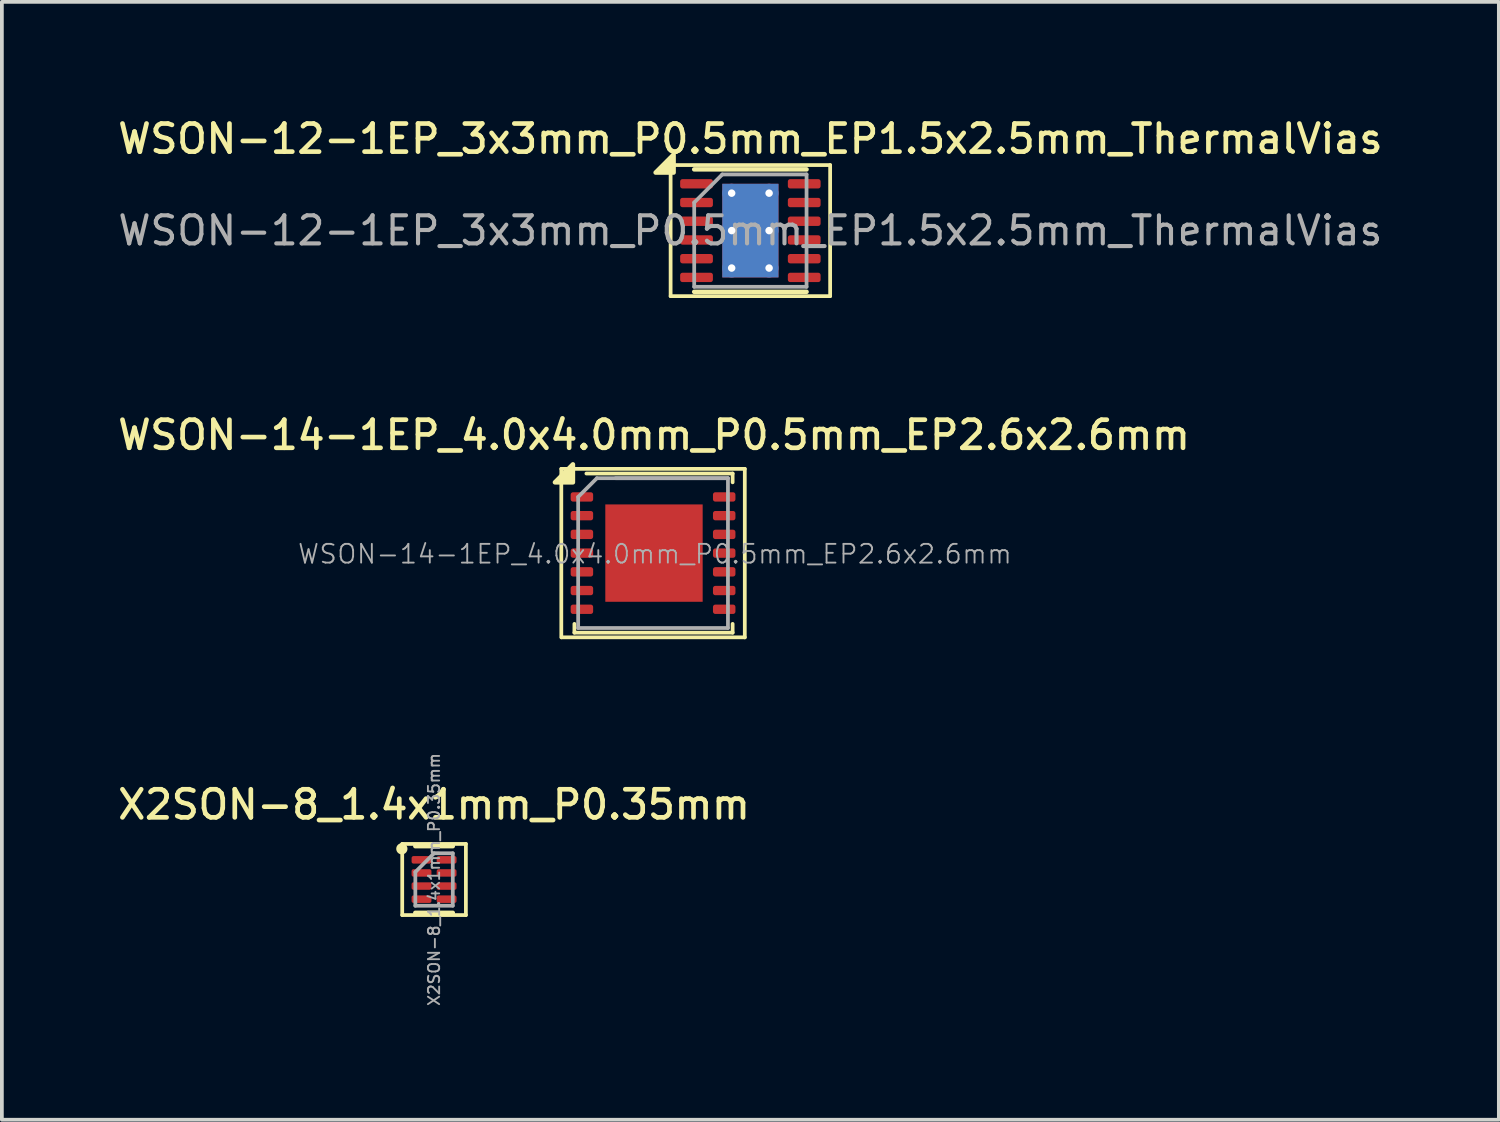
<source format=kicad_pcb>
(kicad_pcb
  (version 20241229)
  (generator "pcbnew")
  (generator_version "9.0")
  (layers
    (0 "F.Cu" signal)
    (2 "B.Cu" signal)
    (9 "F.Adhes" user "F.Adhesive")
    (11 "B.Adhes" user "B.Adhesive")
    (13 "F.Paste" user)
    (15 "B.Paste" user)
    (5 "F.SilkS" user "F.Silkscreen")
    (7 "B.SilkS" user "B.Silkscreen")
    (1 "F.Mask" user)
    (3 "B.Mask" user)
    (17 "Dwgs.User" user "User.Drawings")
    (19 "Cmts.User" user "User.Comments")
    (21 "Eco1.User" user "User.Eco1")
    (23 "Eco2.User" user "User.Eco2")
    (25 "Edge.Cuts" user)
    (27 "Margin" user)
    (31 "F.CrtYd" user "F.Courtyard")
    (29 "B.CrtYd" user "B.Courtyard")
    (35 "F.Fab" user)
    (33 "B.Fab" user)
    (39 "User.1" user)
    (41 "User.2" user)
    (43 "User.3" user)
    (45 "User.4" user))
  (footprint "WSON-14-1EP_4.0x4.0mm_P0.5mm_EP2.6x2.6mm"
    (layer "F.Cu")
    (at 14.389 11.72)
    (property "Reference" "WSON-14-1EP_4.0x4.0mm_P0.5mm_EP2.6x2.6mm" (at 0.027 -3.153 0) (layer "F.SilkS") (effects (font (size 0.75 0.75) (thickness 0.125))))
    (attr smd)
    (fp_line (start -2.45 -2.25) (end 2.45 -2.25) (stroke (width 0.1) (type solid)) (layer "F.SilkS"))
    (fp_line (start -2.45 2.25) (end -2.45 -2.25) (stroke (width 0.1) (type solid)) (layer "F.SilkS"))
    (fp_line (start -2.1 1.89) (end -2.1 2.125) (stroke (width 0.1) (type solid)) (layer "F.SilkS"))
    (fp_line (start 2.125 -2.125) (end -1.78 -2.125) (stroke (width 0.1) (type solid)) (layer "F.SilkS"))
    (fp_line (start 2.125 -2.125) (end 2.125 -1.89) (stroke (width 0.1) (type solid)) (layer "F.SilkS"))
    (fp_line (start 2.125 1.89) (end 2.125 2.125) (stroke (width 0.1) (type solid)) (layer "F.SilkS"))
    (fp_line (start 2.125 2.125) (end -2.1 2.125) (stroke (width 0.1) (type solid)) (layer "F.SilkS"))
    (fp_line (start 2.45 -2.25) (end 2.45 2.25) (stroke (width 0.1) (type solid)) (layer "F.SilkS"))
    (fp_line (start 2.45 2.25) (end -2.44 2.25) (stroke (width 0.1) (type solid)) (layer "F.SilkS"))
    (fp_poly (pts (xy -2.14 -1.89) (xy -2.62 -1.89) (xy -2.14 -2.37) (xy -2.14 -1.89)) (stroke (width 0.12) (type solid)) (fill yes) (layer "F.SilkS"))
    (fp_line (start -2 -1.5) (end -2 2) (stroke (width 0.1) (type solid)) (layer "F.Fab"))
    (fp_line (start -2 -1.5) (end -1.5 -2) (stroke (width 0.1) (type solid)) (layer "F.Fab"))
    (fp_line (start -2 2) (end 2 2) (stroke (width 0.1) (type solid)) (layer "F.Fab"))
    (fp_line (start -1 -2) (end 2 -2) (stroke (width 0.1) (type solid)) (layer "F.Fab"))
    (fp_line (start 2 -2) (end -1.5 -2) (stroke (width 0.1) (type solid)) (layer "F.Fab"))
    (fp_line (start 2 2) (end 2 -2) (stroke (width 0.1) (type solid)) (layer "F.Fab"))
    (fp_text user "${REFERENCE}" (at 0.05 0.025 0) (layer "F.Fab") (effects (font (size 0.5 0.5) (thickness 0.05))))
    (pad "" smd rect (at -0.65 -0.65 270) (size 1.05 1.05) (layers "F.Paste"))
    (pad "" smd rect (at -0.65 0.65 270) (size 1.05 1.05) (layers "F.Paste"))
    (pad "" smd rect (at 0.65 -0.65 270) (size 1.05 1.05) (layers "F.Paste"))
    (pad "" smd rect (at 0.65 0.65 270) (size 1.05 1.05) (layers "F.Paste"))
    (pad "1" smd roundrect (at -1.9 -1.5 270) (size 0.25 0.6) (layers "F.Cu" "F.Mask" "F.Paste") (roundrect_rratio 0.25))
    (pad "2" smd roundrect (at -1.9 -1 270) (size 0.25 0.6) (layers "F.Cu" "F.Mask" "F.Paste") (roundrect_rratio 0.25))
    (pad "3" smd roundrect (at -1.9 -0.5 270) (size 0.25 0.6) (layers "F.Cu" "F.Mask" "F.Paste") (roundrect_rratio 0.25))
    (pad "4" smd roundrect (at -1.9 0 270) (size 0.25 0.6) (layers "F.Cu" "F.Mask" "F.Paste") (roundrect_rratio 0.25))
    (pad "5" smd roundrect (at -1.9 0.5 270) (size 0.25 0.6) (layers "F.Cu" "F.Mask" "F.Paste") (roundrect_rratio 0.25))
    (pad "6" smd roundrect (at -1.9 1 270) (size 0.25 0.6) (layers "F.Cu" "F.Mask" "F.Paste") (roundrect_rratio 0.25))
    (pad "7" smd roundrect (at -1.9 1.5 270) (size 0.25 0.6) (layers "F.Cu" "F.Mask" "F.Paste") (roundrect_rratio 0.25))
    (pad "8" smd roundrect (at 1.9 1.5 270) (size 0.25 0.6) (layers "F.Cu" "F.Mask" "F.Paste") (roundrect_rratio 0.25))
    (pad "9" smd roundrect (at 1.9 1 270) (size 0.25 0.6) (layers "F.Cu" "F.Mask" "F.Paste") (roundrect_rratio 0.25))
    (pad "10" smd roundrect (at 1.9 0.5 270) (size 0.25 0.6) (layers "F.Cu" "F.Mask" "F.Paste") (roundrect_rratio 0.25))
    (pad "11" smd roundrect (at 1.9 0 270) (size 0.25 0.6) (layers "F.Cu" "F.Mask" "F.Paste") (roundrect_rratio 0.25))
    (pad "12" smd roundrect (at 1.9 -0.5 270) (size 0.25 0.6) (layers "F.Cu" "F.Mask" "F.Paste") (roundrect_rratio 0.25))
    (pad "13" smd roundrect (at 1.9 -1 270) (size 0.25 0.6) (layers "F.Cu" "F.Mask" "F.Paste") (roundrect_rratio 0.25))
    (pad "14" smd roundrect (at 1.9 -1.5 270) (size 0.25 0.6) (layers "F.Cu" "F.Mask" "F.Paste") (roundrect_rratio 0.25))
    (pad "15" smd rect (at 0.025 0 270) (size 2.6 2.6) (layers "F.Cu" "F.Mask")))
  (footprint "WSON-12-1EP_3x3mm_P0.5mm_EP1.5x2.5mm_ThermalVias"
    (layer "F.Cu")
    (at 16.988 3.108)
    (property "Reference" "WSON-12-1EP_3x3mm_P0.5mm_EP1.5x2.5mm_ThermalVias" (at 0 -2.45 0) (layer "F.SilkS") (effects (font (size 0.75 0.75) (thickness 0.125))))
    (attr smd)
    (fp_line (start -2.13 -1.75) (end -2.13 1.75) (stroke (width 0.1) (type solid)) (layer "F.SilkS"))
    (fp_line (start -2.13 1.75) (end 2.13 1.75) (stroke (width 0.1) (type solid)) (layer "F.SilkS"))
    (fp_line (start -1.5 -1.635) (end 1.5 -1.635) (stroke (width 0.12) (type solid)) (layer "F.SilkS"))
    (fp_line (start -1.5 1.635) (end 1.5 1.635) (stroke (width 0.12) (type solid)) (layer "F.SilkS"))
    (fp_line (start 2.13 -1.75) (end -2.13 -1.75) (stroke (width 0.1) (type solid)) (layer "F.SilkS"))
    (fp_line (start 2.13 1.75) (end 2.13 -1.75) (stroke (width 0.1) (type solid)) (layer "F.SilkS"))
    (fp_poly (pts (xy -2.05 -1.55) (xy -2.53 -1.55) (xy -2.05 -2.03) (xy -2.05 -1.55)) (stroke (width 0.12) (type solid)) (fill yes) (layer "F.SilkS"))
    (fp_line (start -1.5 -0.75) (end -0.75 -1.5) (stroke (width 0.1) (type solid)) (layer "F.Fab"))
    (fp_line (start -1.5 1.5) (end -1.5 -0.75) (stroke (width 0.1) (type solid)) (layer "F.Fab"))
    (fp_line (start -0.75 -1.5) (end 1.5 -1.5) (stroke (width 0.1) (type solid)) (layer "F.Fab"))
    (fp_line (start 1.5 -1.5) (end 1.5 1.5) (stroke (width 0.1) (type solid)) (layer "F.Fab"))
    (fp_line (start 1.5 1.5) (end -1.5 1.5) (stroke (width 0.1) (type solid)) (layer "F.Fab"))
    (fp_text user "${REFERENCE}" (at 0 0 0) (layer "F.Fab") (effects (font (size 0.75 0.75) (thickness 0.11))))
    (pad "" smd roundrect (at -0.375 -0.625) (size 0.65 1.08) (layers "F.Paste") (roundrect_rratio 0.25))
    (pad "" smd roundrect (at -0.375 0.625) (size 0.65 1.08) (layers "F.Paste") (roundrect_rratio 0.25))
    (pad "" smd roundrect (at 0.375 -0.625) (size 0.65 1.08) (layers "F.Paste") (roundrect_rratio 0.25))
    (pad "" smd roundrect (at 0.375 0.625) (size 0.65 1.08) (layers "F.Paste") (roundrect_rratio 0.25))
    (pad "1" smd roundrect (at -1.438 -1.25) (size 0.875 0.25) (layers "F.Cu" "F.Mask" "F.Paste") (roundrect_rratio 0.25))
    (pad "2" smd roundrect (at -1.438 -0.75) (size 0.875 0.25) (layers "F.Cu" "F.Mask" "F.Paste") (roundrect_rratio 0.25))
    (pad "3" smd roundrect (at -1.438 -0.25) (size 0.875 0.25) (layers "F.Cu" "F.Mask" "F.Paste") (roundrect_rratio 0.25))
    (pad "4" smd roundrect (at -1.438 0.25) (size 0.875 0.25) (layers "F.Cu" "F.Mask" "F.Paste") (roundrect_rratio 0.25))
    (pad "5" smd roundrect (at -1.438 0.75) (size 0.875 0.25) (layers "F.Cu" "F.Mask" "F.Paste") (roundrect_rratio 0.25))
    (pad "6" smd roundrect (at -1.438 1.25) (size 0.875 0.25) (layers "F.Cu" "F.Mask" "F.Paste") (roundrect_rratio 0.25))
    (pad "7" smd roundrect (at 1.438 1.25) (size 0.875 0.25) (layers "F.Cu" "F.Mask" "F.Paste") (roundrect_rratio 0.25))
    (pad "8" smd roundrect (at 1.438 0.75) (size 0.875 0.25) (layers "F.Cu" "F.Mask" "F.Paste") (roundrect_rratio 0.25))
    (pad "9" smd roundrect (at 1.438 0.25) (size 0.875 0.25) (layers "F.Cu" "F.Mask" "F.Paste") (roundrect_rratio 0.25))
    (pad "10" smd roundrect (at 1.438 -0.25) (size 0.875 0.25) (layers "F.Cu" "F.Mask" "F.Paste") (roundrect_rratio 0.25))
    (pad "11" smd roundrect (at 1.438 -0.75) (size 0.875 0.25) (layers "F.Cu" "F.Mask" "F.Paste") (roundrect_rratio 0.25))
    (pad "12" smd roundrect (at 1.438 -1.25) (size 0.875 0.25) (layers "F.Cu" "F.Mask" "F.Paste") (roundrect_rratio 0.25))
    (pad "13" thru_hole circle (at -0.5 -1) (size 0.5 0.5) (drill 0.2) (property pad_prop_heatsink) (layers "*.Cu"))
    (pad "13" thru_hole circle (at -0.5 0) (size 0.5 0.5) (drill 0.2) (property pad_prop_heatsink) (layers "*.Cu"))
    (pad "13" thru_hole circle (at -0.5 1) (size 0.5 0.5) (drill 0.2) (property pad_prop_heatsink) (layers "*.Cu"))
    (pad "13" smd rect (at 0 0) (size 1.5 2.5) (property pad_prop_heatsink) (layers "F.Cu" "F.Mask"))
    (pad "13" smd rect (at 0 0) (size 1.5 2.5) (property pad_prop_heatsink) (layers "B.Cu"))
    (pad "13" thru_hole circle (at 0.5 -1) (size 0.5 0.5) (drill 0.2) (property pad_prop_heatsink) (layers "*.Cu"))
    (pad "13" thru_hole circle (at 0.5 0) (size 0.5 0.5) (drill 0.2) (property pad_prop_heatsink) (layers "*.Cu"))
    (pad "13" thru_hole circle (at 0.5 1) (size 0.5 0.5) (drill 0.2) (property pad_prop_heatsink) (layers "*.Cu")))
  (footprint "X2SON-8_1.4x1mm_P0.35mm"
    (layer "F.Cu")
    (at 8.541 20.436)
    (property "Reference" "X2SON-8_1.4x1mm_P0.35mm" (at 0 -2 0) (layer "F.SilkS") (effects (font (size 0.75 0.75) (thickness 0.125))))
    (attr smd)
    (fp_line (start -0.85 -0.95) (end 0.85 -0.95) (stroke (width 0.1) (type solid)) (layer "F.SilkS"))
    (fp_line (start -0.85 0.95) (end -0.85 -0.95) (stroke (width 0.1) (type solid)) (layer "F.SilkS"))
    (fp_line (start 0.5 -0.89) (end -0.5 -0.89) (stroke (width 0.12) (type solid)) (layer "F.SilkS"))
    (fp_line (start 0.5 0.89) (end -0.5 0.89) (stroke (width 0.12) (type solid)) (layer "F.SilkS"))
    (fp_line (start 0.85 -0.95) (end 0.85 0.95) (stroke (width 0.1) (type solid)) (layer "F.SilkS"))
    (fp_line (start 0.85 0.95) (end -0.85 0.95) (stroke (width 0.1) (type solid)) (layer "F.SilkS"))
    (fp_circle (center -0.86 -0.82) (end -0.71 -0.82) (stroke (width 0) (type solid)) (fill yes) (layer "F.SilkS"))
    (fp_line (start -0.5 0.7) (end -0.5 -0.2) (stroke (width 0.1) (type solid)) (layer "F.Fab"))
    (fp_line (start 0 -0.7) (end -0.5 -0.2) (stroke (width 0.1) (type solid)) (layer "F.Fab"))
    (fp_line (start 0 -0.7) (end 0.5 -0.7) (stroke (width 0.1) (type solid)) (layer "F.Fab"))
    (fp_line (start 0.5 -0.7) (end 0.5 0.7) (stroke (width 0.1) (type solid)) (layer "F.Fab"))
    (fp_line (start 0.5 0.7) (end -0.5 0.7) (stroke (width 0.1) (type solid)) (layer "F.Fab"))
    (fp_text user "${REFERENCE}" (at 0 0 90) (layer "F.Fab") (effects (font (size 0.3 0.3) (thickness 0.05))))
    (pad "1" smd roundrect (at -0.335 -0.525 270) (size 0.2 0.53) (layers "F.Cu" "F.Mask" "F.Paste") (roundrect_rratio 0.25))
    (pad "2" smd roundrect (at -0.335 -0.175 270) (size 0.2 0.53) (layers "F.Cu" "F.Mask" "F.Paste") (roundrect_rratio 0.25))
    (pad "3" smd roundrect (at -0.335 0.175 270) (size 0.2 0.53) (layers "F.Cu" "F.Mask" "F.Paste") (roundrect_rratio 0.25))
    (pad "4" smd roundrect (at -0.335 0.525 270) (size 0.2 0.53) (layers "F.Cu" "F.Mask" "F.Paste") (roundrect_rratio 0.25))
    (pad "5" smd roundrect (at 0.335 0.525 270) (size 0.2 0.53) (layers "F.Cu" "F.Mask" "F.Paste") (roundrect_rratio 0.25))
    (pad "6" smd roundrect (at 0.335 0.175 270) (size 0.2 0.53) (layers "F.Cu" "F.Mask" "F.Paste") (roundrect_rratio 0.25))
    (pad "7" smd roundrect (at 0.335 -0.175 270) (size 0.2 0.53) (layers "F.Cu" "F.Mask" "F.Paste") (roundrect_rratio 0.25))
    (pad "8" smd roundrect (at 0.335 -0.525 270) (size 0.2 0.53) (layers "F.Cu" "F.Mask" "F.Paste") (roundrect_rratio 0.25)))
  (gr_rect
    (start -3 -3)
    (end 36.975 26.852)
    (stroke (width 0.1) (type default))
    (fill no)
    (layer "Edge.Cuts")))
</source>
